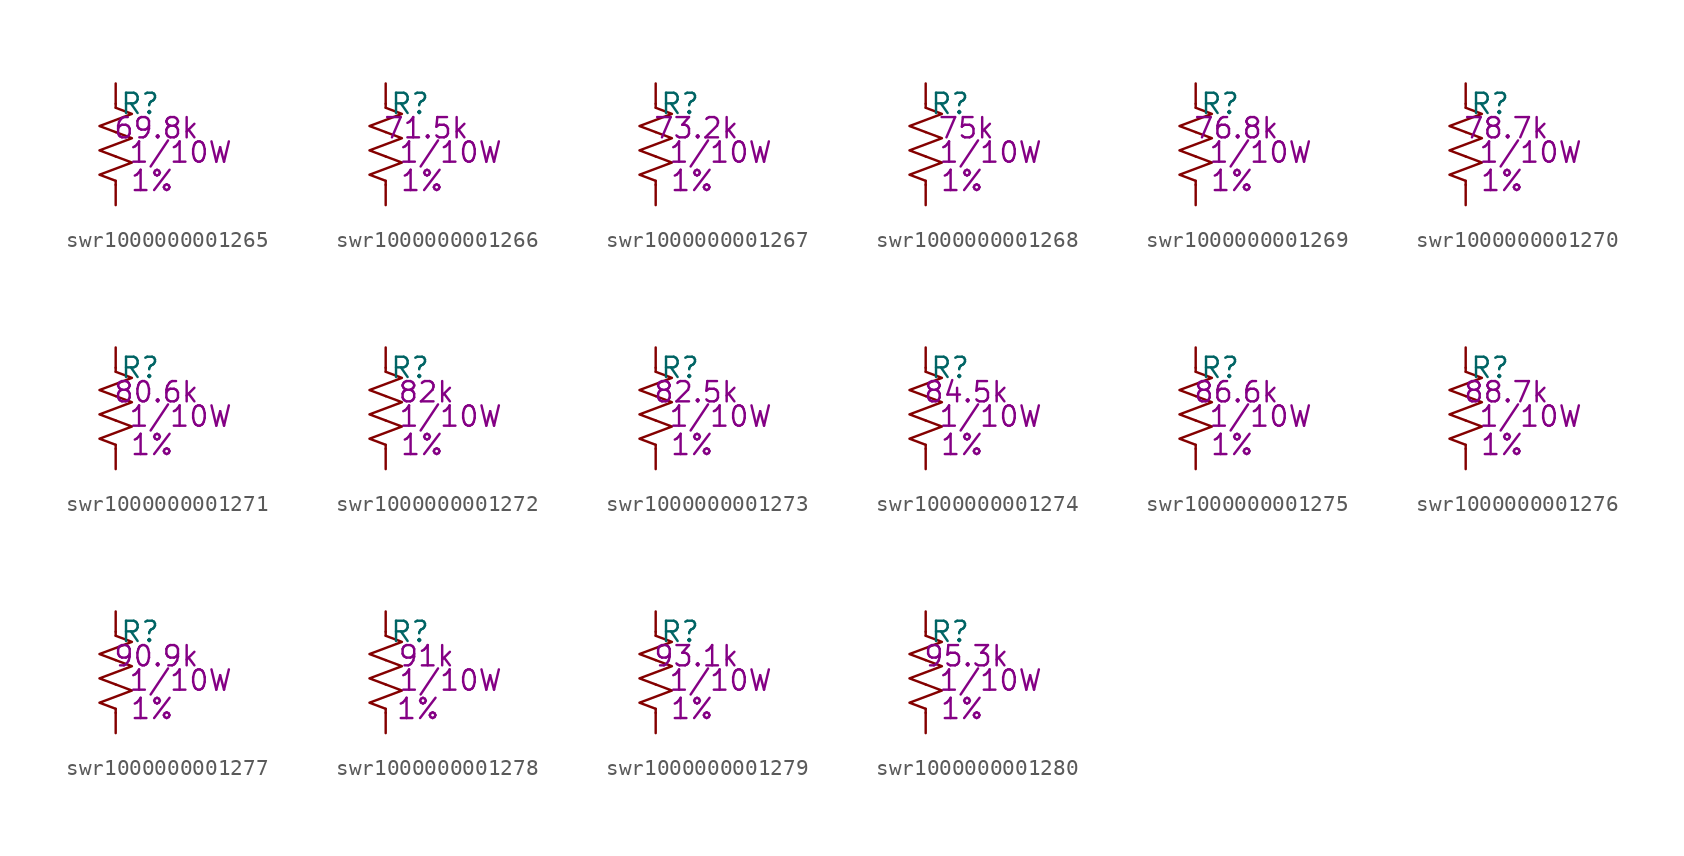
<source format=kicad_sym>
(kicad_symbol_lib
  (version 20211014)
  (generator kicad_symbol_editor)
  (symbol "swr1000000001265"
    (pin_numbers hide)
    (pin_names
      (offset 1.016))
    (property "Reference" "R"
      (at 1.524 2.54 0)
      (effects (font (size 1.27 1.27))))
    (property "PartValue" "69.8k"
      (at 2.54 1.016 0)
      (effects (font (size 1.27 1.27))))
    (property "Tolerance" "1%"
      (at 2.286 -2.286 0)
      (effects (font (size 1.27 1.27))))
    (property "Wattage" "1/10W"
      (at 4.064 -0.508 0)
      (effects (font (size 1.27 1.27))))
    (symbol "swr1000000001265_1_1"
      (polyline (pts (xy 0 -2.286) (xy 0 -2.54)) (stroke (width 0) (type default) (color 0 0 0 0)) (fill (type none)))
      (polyline (pts (xy 0 2.286) (xy 0 2.54)) (stroke (width 0) (type default) (color 0 0 0 0)) (fill (type none)))
      (polyline (pts (xy 0 -0.762) (xy 1.016 -1.143) (xy 0 -1.524) (xy -1.016 -1.905) (xy 0 -2.286)) (stroke (width 0) (type default) (color 0 0 0 0)) (fill (type none)))
      (polyline (pts (xy 0 0.762) (xy 1.016 0.381) (xy 0 0) (xy -1.016 -0.381) (xy 0 -0.762)) (stroke (width 0) (type default) (color 0 0 0 0)) (fill (type none)))
      (polyline (pts (xy 0 2.286) (xy 1.016 1.905) (xy 0 1.524) (xy -1.016 1.143) (xy 0 0.762)) (stroke (width 0) (type default) (color 0 0 0 0)) (fill (type none)))
      (pin passive line (at 0 3.81 270) (length 1.27) (name "~" (effects (font (size 1.27 1.27)))) (number "1" (effects (font (size 1.27 1.27)))))
      (pin passive line (at 0 -3.81 90) (length 1.27) (name "~" (effects (font (size 1.27 1.27)))) (number "2" (effects (font (size 1.27 1.27)))))))
  (symbol "swr1000000001266"
    (pin_numbers hide)
    (pin_names
      (offset 1.016))
    (property "Reference" "R"
      (at 1.524 2.54 0)
      (effects (font (size 1.27 1.27))))
    (property "PartValue" "71.5k"
      (at 2.54 1.016 0)
      (effects (font (size 1.27 1.27))))
    (property "Tolerance" "1%"
      (at 2.286 -2.286 0)
      (effects (font (size 1.27 1.27))))
    (property "Wattage" "1/10W"
      (at 4.064 -0.508 0)
      (effects (font (size 1.27 1.27))))
    (symbol "swr1000000001266_1_1"
      (polyline (pts (xy 0 -2.286) (xy 0 -2.54)) (stroke (width 0) (type default) (color 0 0 0 0)) (fill (type none)))
      (polyline (pts (xy 0 2.286) (xy 0 2.54)) (stroke (width 0) (type default) (color 0 0 0 0)) (fill (type none)))
      (polyline (pts (xy 0 -0.762) (xy 1.016 -1.143) (xy 0 -1.524) (xy -1.016 -1.905) (xy 0 -2.286)) (stroke (width 0) (type default) (color 0 0 0 0)) (fill (type none)))
      (polyline (pts (xy 0 0.762) (xy 1.016 0.381) (xy 0 0) (xy -1.016 -0.381) (xy 0 -0.762)) (stroke (width 0) (type default) (color 0 0 0 0)) (fill (type none)))
      (polyline (pts (xy 0 2.286) (xy 1.016 1.905) (xy 0 1.524) (xy -1.016 1.143) (xy 0 0.762)) (stroke (width 0) (type default) (color 0 0 0 0)) (fill (type none)))
      (pin passive line (at 0 3.81 270) (length 1.27) (name "~" (effects (font (size 1.27 1.27)))) (number "1" (effects (font (size 1.27 1.27)))))
      (pin passive line (at 0 -3.81 90) (length 1.27) (name "~" (effects (font (size 1.27 1.27)))) (number "2" (effects (font (size 1.27 1.27)))))))
  (symbol "swr1000000001267"
    (pin_numbers hide)
    (pin_names
      (offset 1.016))
    (property "Reference" "R"
      (at 1.524 2.54 0)
      (effects (font (size 1.27 1.27))))
    (property "PartValue" "73.2k"
      (at 2.54 1.016 0)
      (effects (font (size 1.27 1.27))))
    (property "Tolerance" "1%"
      (at 2.286 -2.286 0)
      (effects (font (size 1.27 1.27))))
    (property "Wattage" "1/10W"
      (at 4.064 -0.508 0)
      (effects (font (size 1.27 1.27))))
    (symbol "swr1000000001267_1_1"
      (polyline (pts (xy 0 -2.286) (xy 0 -2.54)) (stroke (width 0) (type default) (color 0 0 0 0)) (fill (type none)))
      (polyline (pts (xy 0 2.286) (xy 0 2.54)) (stroke (width 0) (type default) (color 0 0 0 0)) (fill (type none)))
      (polyline (pts (xy 0 -0.762) (xy 1.016 -1.143) (xy 0 -1.524) (xy -1.016 -1.905) (xy 0 -2.286)) (stroke (width 0) (type default) (color 0 0 0 0)) (fill (type none)))
      (polyline (pts (xy 0 0.762) (xy 1.016 0.381) (xy 0 0) (xy -1.016 -0.381) (xy 0 -0.762)) (stroke (width 0) (type default) (color 0 0 0 0)) (fill (type none)))
      (polyline (pts (xy 0 2.286) (xy 1.016 1.905) (xy 0 1.524) (xy -1.016 1.143) (xy 0 0.762)) (stroke (width 0) (type default) (color 0 0 0 0)) (fill (type none)))
      (pin passive line (at 0 3.81 270) (length 1.27) (name "~" (effects (font (size 1.27 1.27)))) (number "1" (effects (font (size 1.27 1.27)))))
      (pin passive line (at 0 -3.81 90) (length 1.27) (name "~" (effects (font (size 1.27 1.27)))) (number "2" (effects (font (size 1.27 1.27)))))))
  (symbol "swr1000000001268"
    (pin_numbers hide)
    (pin_names
      (offset 1.016))
    (property "Reference" "R"
      (at 1.524 2.54 0)
      (effects (font (size 1.27 1.27))))
    (property "PartValue" "75k"
      (at 2.54 1.016 0)
      (effects (font (size 1.27 1.27))))
    (property "Tolerance" "1%"
      (at 2.286 -2.286 0)
      (effects (font (size 1.27 1.27))))
    (property "Wattage" "1/10W"
      (at 4.064 -0.508 0)
      (effects (font (size 1.27 1.27))))
    (symbol "swr1000000001268_1_1"
      (polyline (pts (xy 0 -2.286) (xy 0 -2.54)) (stroke (width 0) (type default) (color 0 0 0 0)) (fill (type none)))
      (polyline (pts (xy 0 2.286) (xy 0 2.54)) (stroke (width 0) (type default) (color 0 0 0 0)) (fill (type none)))
      (polyline (pts (xy 0 -0.762) (xy 1.016 -1.143) (xy 0 -1.524) (xy -1.016 -1.905) (xy 0 -2.286)) (stroke (width 0) (type default) (color 0 0 0 0)) (fill (type none)))
      (polyline (pts (xy 0 0.762) (xy 1.016 0.381) (xy 0 0) (xy -1.016 -0.381) (xy 0 -0.762)) (stroke (width 0) (type default) (color 0 0 0 0)) (fill (type none)))
      (polyline (pts (xy 0 2.286) (xy 1.016 1.905) (xy 0 1.524) (xy -1.016 1.143) (xy 0 0.762)) (stroke (width 0) (type default) (color 0 0 0 0)) (fill (type none)))
      (pin passive line (at 0 3.81 270) (length 1.27) (name "~" (effects (font (size 1.27 1.27)))) (number "1" (effects (font (size 1.27 1.27)))))
      (pin passive line (at 0 -3.81 90) (length 1.27) (name "~" (effects (font (size 1.27 1.27)))) (number "2" (effects (font (size 1.27 1.27)))))))
  (symbol "swr1000000001269"
    (pin_numbers hide)
    (pin_names
      (offset 1.016))
    (property "Reference" "R"
      (at 1.524 2.54 0)
      (effects (font (size 1.27 1.27))))
    (property "PartValue" "76.8k"
      (at 2.54 1.016 0)
      (effects (font (size 1.27 1.27))))
    (property "Tolerance" "1%"
      (at 2.286 -2.286 0)
      (effects (font (size 1.27 1.27))))
    (property "Wattage" "1/10W"
      (at 4.064 -0.508 0)
      (effects (font (size 1.27 1.27))))
    (symbol "swr1000000001269_1_1"
      (polyline (pts (xy 0 -2.286) (xy 0 -2.54)) (stroke (width 0) (type default) (color 0 0 0 0)) (fill (type none)))
      (polyline (pts (xy 0 2.286) (xy 0 2.54)) (stroke (width 0) (type default) (color 0 0 0 0)) (fill (type none)))
      (polyline (pts (xy 0 -0.762) (xy 1.016 -1.143) (xy 0 -1.524) (xy -1.016 -1.905) (xy 0 -2.286)) (stroke (width 0) (type default) (color 0 0 0 0)) (fill (type none)))
      (polyline (pts (xy 0 0.762) (xy 1.016 0.381) (xy 0 0) (xy -1.016 -0.381) (xy 0 -0.762)) (stroke (width 0) (type default) (color 0 0 0 0)) (fill (type none)))
      (polyline (pts (xy 0 2.286) (xy 1.016 1.905) (xy 0 1.524) (xy -1.016 1.143) (xy 0 0.762)) (stroke (width 0) (type default) (color 0 0 0 0)) (fill (type none)))
      (pin passive line (at 0 3.81 270) (length 1.27) (name "~" (effects (font (size 1.27 1.27)))) (number "1" (effects (font (size 1.27 1.27)))))
      (pin passive line (at 0 -3.81 90) (length 1.27) (name "~" (effects (font (size 1.27 1.27)))) (number "2" (effects (font (size 1.27 1.27)))))))
  (symbol "swr1000000001270"
    (pin_numbers hide)
    (pin_names
      (offset 1.016))
    (property "Reference" "R"
      (at 1.524 2.54 0)
      (effects (font (size 1.27 1.27))))
    (property "PartValue" "78.7k"
      (at 2.54 1.016 0)
      (effects (font (size 1.27 1.27))))
    (property "Tolerance" "1%"
      (at 2.286 -2.286 0)
      (effects (font (size 1.27 1.27))))
    (property "Wattage" "1/10W"
      (at 4.064 -0.508 0)
      (effects (font (size 1.27 1.27))))
    (symbol "swr1000000001270_1_1"
      (polyline (pts (xy 0 -2.286) (xy 0 -2.54)) (stroke (width 0) (type default) (color 0 0 0 0)) (fill (type none)))
      (polyline (pts (xy 0 2.286) (xy 0 2.54)) (stroke (width 0) (type default) (color 0 0 0 0)) (fill (type none)))
      (polyline (pts (xy 0 -0.762) (xy 1.016 -1.143) (xy 0 -1.524) (xy -1.016 -1.905) (xy 0 -2.286)) (stroke (width 0) (type default) (color 0 0 0 0)) (fill (type none)))
      (polyline (pts (xy 0 0.762) (xy 1.016 0.381) (xy 0 0) (xy -1.016 -0.381) (xy 0 -0.762)) (stroke (width 0) (type default) (color 0 0 0 0)) (fill (type none)))
      (polyline (pts (xy 0 2.286) (xy 1.016 1.905) (xy 0 1.524) (xy -1.016 1.143) (xy 0 0.762)) (stroke (width 0) (type default) (color 0 0 0 0)) (fill (type none)))
      (pin passive line (at 0 3.81 270) (length 1.27) (name "~" (effects (font (size 1.27 1.27)))) (number "1" (effects (font (size 1.27 1.27)))))
      (pin passive line (at 0 -3.81 90) (length 1.27) (name "~" (effects (font (size 1.27 1.27)))) (number "2" (effects (font (size 1.27 1.27)))))))
  (symbol "swr1000000001271"
    (pin_numbers hide)
    (pin_names
      (offset 1.016))
    (property "Reference" "R"
      (at 1.524 2.54 0)
      (effects (font (size 1.27 1.27))))
    (property "PartValue" "80.6k"
      (at 2.54 1.016 0)
      (effects (font (size 1.27 1.27))))
    (property "Tolerance" "1%"
      (at 2.286 -2.286 0)
      (effects (font (size 1.27 1.27))))
    (property "Wattage" "1/10W"
      (at 4.064 -0.508 0)
      (effects (font (size 1.27 1.27))))
    (symbol "swr1000000001271_1_1"
      (polyline (pts (xy 0 -2.286) (xy 0 -2.54)) (stroke (width 0) (type default) (color 0 0 0 0)) (fill (type none)))
      (polyline (pts (xy 0 2.286) (xy 0 2.54)) (stroke (width 0) (type default) (color 0 0 0 0)) (fill (type none)))
      (polyline (pts (xy 0 -0.762) (xy 1.016 -1.143) (xy 0 -1.524) (xy -1.016 -1.905) (xy 0 -2.286)) (stroke (width 0) (type default) (color 0 0 0 0)) (fill (type none)))
      (polyline (pts (xy 0 0.762) (xy 1.016 0.381) (xy 0 0) (xy -1.016 -0.381) (xy 0 -0.762)) (stroke (width 0) (type default) (color 0 0 0 0)) (fill (type none)))
      (polyline (pts (xy 0 2.286) (xy 1.016 1.905) (xy 0 1.524) (xy -1.016 1.143) (xy 0 0.762)) (stroke (width 0) (type default) (color 0 0 0 0)) (fill (type none)))
      (pin passive line (at 0 3.81 270) (length 1.27) (name "~" (effects (font (size 1.27 1.27)))) (number "1" (effects (font (size 1.27 1.27)))))
      (pin passive line (at 0 -3.81 90) (length 1.27) (name "~" (effects (font (size 1.27 1.27)))) (number "2" (effects (font (size 1.27 1.27)))))))
  (symbol "swr1000000001272"
    (pin_numbers hide)
    (pin_names
      (offset 1.016))
    (property "Reference" "R"
      (at 1.524 2.54 0)
      (effects (font (size 1.27 1.27))))
    (property "PartValue" "82k"
      (at 2.54 1.016 0)
      (effects (font (size 1.27 1.27))))
    (property "Tolerance" "1%"
      (at 2.286 -2.286 0)
      (effects (font (size 1.27 1.27))))
    (property "Wattage" "1/10W"
      (at 4.064 -0.508 0)
      (effects (font (size 1.27 1.27))))
    (symbol "swr1000000001272_1_1"
      (polyline (pts (xy 0 -2.286) (xy 0 -2.54)) (stroke (width 0) (type default) (color 0 0 0 0)) (fill (type none)))
      (polyline (pts (xy 0 2.286) (xy 0 2.54)) (stroke (width 0) (type default) (color 0 0 0 0)) (fill (type none)))
      (polyline (pts (xy 0 -0.762) (xy 1.016 -1.143) (xy 0 -1.524) (xy -1.016 -1.905) (xy 0 -2.286)) (stroke (width 0) (type default) (color 0 0 0 0)) (fill (type none)))
      (polyline (pts (xy 0 0.762) (xy 1.016 0.381) (xy 0 0) (xy -1.016 -0.381) (xy 0 -0.762)) (stroke (width 0) (type default) (color 0 0 0 0)) (fill (type none)))
      (polyline (pts (xy 0 2.286) (xy 1.016 1.905) (xy 0 1.524) (xy -1.016 1.143) (xy 0 0.762)) (stroke (width 0) (type default) (color 0 0 0 0)) (fill (type none)))
      (pin passive line (at 0 3.81 270) (length 1.27) (name "~" (effects (font (size 1.27 1.27)))) (number "1" (effects (font (size 1.27 1.27)))))
      (pin passive line (at 0 -3.81 90) (length 1.27) (name "~" (effects (font (size 1.27 1.27)))) (number "2" (effects (font (size 1.27 1.27)))))))
  (symbol "swr1000000001273"
    (pin_numbers hide)
    (pin_names
      (offset 1.016))
    (property "Reference" "R"
      (at 1.524 2.54 0)
      (effects (font (size 1.27 1.27))))
    (property "PartValue" "82.5k"
      (at 2.54 1.016 0)
      (effects (font (size 1.27 1.27))))
    (property "Tolerance" "1%"
      (at 2.286 -2.286 0)
      (effects (font (size 1.27 1.27))))
    (property "Wattage" "1/10W"
      (at 4.064 -0.508 0)
      (effects (font (size 1.27 1.27))))
    (symbol "swr1000000001273_1_1"
      (polyline (pts (xy 0 -2.286) (xy 0 -2.54)) (stroke (width 0) (type default) (color 0 0 0 0)) (fill (type none)))
      (polyline (pts (xy 0 2.286) (xy 0 2.54)) (stroke (width 0) (type default) (color 0 0 0 0)) (fill (type none)))
      (polyline (pts (xy 0 -0.762) (xy 1.016 -1.143) (xy 0 -1.524) (xy -1.016 -1.905) (xy 0 -2.286)) (stroke (width 0) (type default) (color 0 0 0 0)) (fill (type none)))
      (polyline (pts (xy 0 0.762) (xy 1.016 0.381) (xy 0 0) (xy -1.016 -0.381) (xy 0 -0.762)) (stroke (width 0) (type default) (color 0 0 0 0)) (fill (type none)))
      (polyline (pts (xy 0 2.286) (xy 1.016 1.905) (xy 0 1.524) (xy -1.016 1.143) (xy 0 0.762)) (stroke (width 0) (type default) (color 0 0 0 0)) (fill (type none)))
      (pin passive line (at 0 3.81 270) (length 1.27) (name "~" (effects (font (size 1.27 1.27)))) (number "1" (effects (font (size 1.27 1.27)))))
      (pin passive line (at 0 -3.81 90) (length 1.27) (name "~" (effects (font (size 1.27 1.27)))) (number "2" (effects (font (size 1.27 1.27)))))))
  (symbol "swr1000000001274"
    (pin_numbers hide)
    (pin_names
      (offset 1.016))
    (property "Reference" "R"
      (at 1.524 2.54 0)
      (effects (font (size 1.27 1.27))))
    (property "PartValue" "84.5k"
      (at 2.54 1.016 0)
      (effects (font (size 1.27 1.27))))
    (property "Tolerance" "1%"
      (at 2.286 -2.286 0)
      (effects (font (size 1.27 1.27))))
    (property "Wattage" "1/10W"
      (at 4.064 -0.508 0)
      (effects (font (size 1.27 1.27))))
    (symbol "swr1000000001274_1_1"
      (polyline (pts (xy 0 -2.286) (xy 0 -2.54)) (stroke (width 0) (type default) (color 0 0 0 0)) (fill (type none)))
      (polyline (pts (xy 0 2.286) (xy 0 2.54)) (stroke (width 0) (type default) (color 0 0 0 0)) (fill (type none)))
      (polyline (pts (xy 0 -0.762) (xy 1.016 -1.143) (xy 0 -1.524) (xy -1.016 -1.905) (xy 0 -2.286)) (stroke (width 0) (type default) (color 0 0 0 0)) (fill (type none)))
      (polyline (pts (xy 0 0.762) (xy 1.016 0.381) (xy 0 0) (xy -1.016 -0.381) (xy 0 -0.762)) (stroke (width 0) (type default) (color 0 0 0 0)) (fill (type none)))
      (polyline (pts (xy 0 2.286) (xy 1.016 1.905) (xy 0 1.524) (xy -1.016 1.143) (xy 0 0.762)) (stroke (width 0) (type default) (color 0 0 0 0)) (fill (type none)))
      (pin passive line (at 0 3.81 270) (length 1.27) (name "~" (effects (font (size 1.27 1.27)))) (number "1" (effects (font (size 1.27 1.27)))))
      (pin passive line (at 0 -3.81 90) (length 1.27) (name "~" (effects (font (size 1.27 1.27)))) (number "2" (effects (font (size 1.27 1.27)))))))
  (symbol "swr1000000001275"
    (pin_numbers hide)
    (pin_names
      (offset 1.016))
    (property "Reference" "R"
      (at 1.524 2.54 0)
      (effects (font (size 1.27 1.27))))
    (property "PartValue" "86.6k"
      (at 2.54 1.016 0)
      (effects (font (size 1.27 1.27))))
    (property "Tolerance" "1%"
      (at 2.286 -2.286 0)
      (effects (font (size 1.27 1.27))))
    (property "Wattage" "1/10W"
      (at 4.064 -0.508 0)
      (effects (font (size 1.27 1.27))))
    (symbol "swr1000000001275_1_1"
      (polyline (pts (xy 0 -2.286) (xy 0 -2.54)) (stroke (width 0) (type default) (color 0 0 0 0)) (fill (type none)))
      (polyline (pts (xy 0 2.286) (xy 0 2.54)) (stroke (width 0) (type default) (color 0 0 0 0)) (fill (type none)))
      (polyline (pts (xy 0 -0.762) (xy 1.016 -1.143) (xy 0 -1.524) (xy -1.016 -1.905) (xy 0 -2.286)) (stroke (width 0) (type default) (color 0 0 0 0)) (fill (type none)))
      (polyline (pts (xy 0 0.762) (xy 1.016 0.381) (xy 0 0) (xy -1.016 -0.381) (xy 0 -0.762)) (stroke (width 0) (type default) (color 0 0 0 0)) (fill (type none)))
      (polyline (pts (xy 0 2.286) (xy 1.016 1.905) (xy 0 1.524) (xy -1.016 1.143) (xy 0 0.762)) (stroke (width 0) (type default) (color 0 0 0 0)) (fill (type none)))
      (pin passive line (at 0 3.81 270) (length 1.27) (name "~" (effects (font (size 1.27 1.27)))) (number "1" (effects (font (size 1.27 1.27)))))
      (pin passive line (at 0 -3.81 90) (length 1.27) (name "~" (effects (font (size 1.27 1.27)))) (number "2" (effects (font (size 1.27 1.27)))))))
  (symbol "swr1000000001276"
    (pin_numbers hide)
    (pin_names
      (offset 1.016))
    (property "Reference" "R"
      (at 1.524 2.54 0)
      (effects (font (size 1.27 1.27))))
    (property "PartValue" "88.7k"
      (at 2.54 1.016 0)
      (effects (font (size 1.27 1.27))))
    (property "Tolerance" "1%"
      (at 2.286 -2.286 0)
      (effects (font (size 1.27 1.27))))
    (property "Wattage" "1/10W"
      (at 4.064 -0.508 0)
      (effects (font (size 1.27 1.27))))
    (symbol "swr1000000001276_1_1"
      (polyline (pts (xy 0 -2.286) (xy 0 -2.54)) (stroke (width 0) (type default) (color 0 0 0 0)) (fill (type none)))
      (polyline (pts (xy 0 2.286) (xy 0 2.54)) (stroke (width 0) (type default) (color 0 0 0 0)) (fill (type none)))
      (polyline (pts (xy 0 -0.762) (xy 1.016 -1.143) (xy 0 -1.524) (xy -1.016 -1.905) (xy 0 -2.286)) (stroke (width 0) (type default) (color 0 0 0 0)) (fill (type none)))
      (polyline (pts (xy 0 0.762) (xy 1.016 0.381) (xy 0 0) (xy -1.016 -0.381) (xy 0 -0.762)) (stroke (width 0) (type default) (color 0 0 0 0)) (fill (type none)))
      (polyline (pts (xy 0 2.286) (xy 1.016 1.905) (xy 0 1.524) (xy -1.016 1.143) (xy 0 0.762)) (stroke (width 0) (type default) (color 0 0 0 0)) (fill (type none)))
      (pin passive line (at 0 3.81 270) (length 1.27) (name "~" (effects (font (size 1.27 1.27)))) (number "1" (effects (font (size 1.27 1.27)))))
      (pin passive line (at 0 -3.81 90) (length 1.27) (name "~" (effects (font (size 1.27 1.27)))) (number "2" (effects (font (size 1.27 1.27)))))))
  (symbol "swr1000000001277"
    (pin_numbers hide)
    (pin_names
      (offset 1.016))
    (property "Reference" "R"
      (at 1.524 2.54 0)
      (effects (font (size 1.27 1.27))))
    (property "PartValue" "90.9k"
      (at 2.54 1.016 0)
      (effects (font (size 1.27 1.27))))
    (property "Tolerance" "1%"
      (at 2.286 -2.286 0)
      (effects (font (size 1.27 1.27))))
    (property "Wattage" "1/10W"
      (at 4.064 -0.508 0)
      (effects (font (size 1.27 1.27))))
    (symbol "swr1000000001277_1_1"
      (polyline (pts (xy 0 -2.286) (xy 0 -2.54)) (stroke (width 0) (type default) (color 0 0 0 0)) (fill (type none)))
      (polyline (pts (xy 0 2.286) (xy 0 2.54)) (stroke (width 0) (type default) (color 0 0 0 0)) (fill (type none)))
      (polyline (pts (xy 0 -0.762) (xy 1.016 -1.143) (xy 0 -1.524) (xy -1.016 -1.905) (xy 0 -2.286)) (stroke (width 0) (type default) (color 0 0 0 0)) (fill (type none)))
      (polyline (pts (xy 0 0.762) (xy 1.016 0.381) (xy 0 0) (xy -1.016 -0.381) (xy 0 -0.762)) (stroke (width 0) (type default) (color 0 0 0 0)) (fill (type none)))
      (polyline (pts (xy 0 2.286) (xy 1.016 1.905) (xy 0 1.524) (xy -1.016 1.143) (xy 0 0.762)) (stroke (width 0) (type default) (color 0 0 0 0)) (fill (type none)))
      (pin passive line (at 0 3.81 270) (length 1.27) (name "~" (effects (font (size 1.27 1.27)))) (number "1" (effects (font (size 1.27 1.27)))))
      (pin passive line (at 0 -3.81 90) (length 1.27) (name "~" (effects (font (size 1.27 1.27)))) (number "2" (effects (font (size 1.27 1.27)))))))
  (symbol "swr1000000001278"
    (pin_numbers hide)
    (pin_names
      (offset 1.016))
    (property "Reference" "R"
      (at 1.524 2.54 0)
      (effects (font (size 1.27 1.27))))
    (property "PartNumber" "91k"
      (at 2.54 1.016 0)
      (effects (font (size 1.27 1.27))))
    (property "Tolerance" "1%"
      (at 2.032 -2.286 0)
      (effects (font (size 1.27 1.27))))
    (property "Wattage" "1/10W"
      (at 4.064 -0.508 0)
      (effects (font (size 1.27 1.27))))
    (symbol "swr1000000001278_1_1"
      (polyline (pts (xy 0 -2.286) (xy 0 -2.54)) (stroke (width 0) (type default) (color 0 0 0 0)) (fill (type none)))
      (polyline (pts (xy 0 2.286) (xy 0 2.54)) (stroke (width 0) (type default) (color 0 0 0 0)) (fill (type none)))
      (polyline (pts (xy 0 -0.762) (xy 1.016 -1.143) (xy 0 -1.524) (xy -1.016 -1.905) (xy 0 -2.286)) (stroke (width 0) (type default) (color 0 0 0 0)) (fill (type none)))
      (polyline (pts (xy 0 0.762) (xy 1.016 0.381) (xy 0 0) (xy -1.016 -0.381) (xy 0 -0.762)) (stroke (width 0) (type default) (color 0 0 0 0)) (fill (type none)))
      (polyline (pts (xy 0 2.286) (xy 1.016 1.905) (xy 0 1.524) (xy -1.016 1.143) (xy 0 0.762)) (stroke (width 0) (type default) (color 0 0 0 0)) (fill (type none)))
      (pin passive line (at 0 3.81 270) (length 1.27) (name "~" (effects (font (size 1.27 1.27)))) (number "1" (effects (font (size 1.27 1.27)))))
      (pin passive line (at 0 -3.81 90) (length 1.27) (name "~" (effects (font (size 1.27 1.27)))) (number "2" (effects (font (size 1.27 1.27)))))))
  (symbol "swr1000000001279"
    (pin_numbers hide)
    (pin_names
      (offset 1.016))
    (property "Reference" "R"
      (at 1.524 2.54 0)
      (effects (font (size 1.27 1.27))))
    (property "PartValue" "93.1k"
      (at 2.54 1.016 0)
      (effects (font (size 1.27 1.27))))
    (property "Tolerance" "1%"
      (at 2.286 -2.286 0)
      (effects (font (size 1.27 1.27))))
    (property "Wattage" "1/10W"
      (at 4.064 -0.508 0)
      (effects (font (size 1.27 1.27))))
    (symbol "swr1000000001279_1_1"
      (polyline (pts (xy 0 -2.286) (xy 0 -2.54)) (stroke (width 0) (type default) (color 0 0 0 0)) (fill (type none)))
      (polyline (pts (xy 0 2.286) (xy 0 2.54)) (stroke (width 0) (type default) (color 0 0 0 0)) (fill (type none)))
      (polyline (pts (xy 0 -0.762) (xy 1.016 -1.143) (xy 0 -1.524) (xy -1.016 -1.905) (xy 0 -2.286)) (stroke (width 0) (type default) (color 0 0 0 0)) (fill (type none)))
      (polyline (pts (xy 0 0.762) (xy 1.016 0.381) (xy 0 0) (xy -1.016 -0.381) (xy 0 -0.762)) (stroke (width 0) (type default) (color 0 0 0 0)) (fill (type none)))
      (polyline (pts (xy 0 2.286) (xy 1.016 1.905) (xy 0 1.524) (xy -1.016 1.143) (xy 0 0.762)) (stroke (width 0) (type default) (color 0 0 0 0)) (fill (type none)))
      (pin passive line (at 0 3.81 270) (length 1.27) (name "~" (effects (font (size 1.27 1.27)))) (number "1" (effects (font (size 1.27 1.27)))))
      (pin passive line (at 0 -3.81 90) (length 1.27) (name "~" (effects (font (size 1.27 1.27)))) (number "2" (effects (font (size 1.27 1.27)))))))
  (symbol "swr1000000001280"
    (pin_numbers hide)
    (pin_names
      (offset 1.016))
    (property "Reference" "R"
      (at 1.524 2.54 0)
      (effects (font (size 1.27 1.27))))
    (property "PartValue" "95.3k"
      (at 2.54 1.016 0)
      (effects (font (size 1.27 1.27))))
    (property "Tolerance" "1%"
      (at 2.286 -2.286 0)
      (effects (font (size 1.27 1.27))))
    (property "Wattage" "1/10W"
      (at 4.064 -0.508 0)
      (effects (font (size 1.27 1.27))))
    (symbol "swr1000000001280_1_1"
      (polyline (pts (xy 0 -2.286) (xy 0 -2.54)) (stroke (width 0) (type default) (color 0 0 0 0)) (fill (type none)))
      (polyline (pts (xy 0 2.286) (xy 0 2.54)) (stroke (width 0) (type default) (color 0 0 0 0)) (fill (type none)))
      (polyline (pts (xy 0 -0.762) (xy 1.016 -1.143) (xy 0 -1.524) (xy -1.016 -1.905) (xy 0 -2.286)) (stroke (width 0) (type default) (color 0 0 0 0)) (fill (type none)))
      (polyline (pts (xy 0 0.762) (xy 1.016 0.381) (xy 0 0) (xy -1.016 -0.381) (xy 0 -0.762)) (stroke (width 0) (type default) (color 0 0 0 0)) (fill (type none)))
      (polyline (pts (xy 0 2.286) (xy 1.016 1.905) (xy 0 1.524) (xy -1.016 1.143) (xy 0 0.762)) (stroke (width 0) (type default) (color 0 0 0 0)) (fill (type none)))
      (pin passive line (at 0 3.81 270) (length 1.27) (name "~" (effects (font (size 1.27 1.27)))) (number "1" (effects (font (size 1.27 1.27)))))
      (pin passive line (at 0 -3.81 90) (length 1.27) (name "~" (effects (font (size 1.27 1.27)))) (number "2" (effects (font (size 1.27 1.27))))))))
</source>
